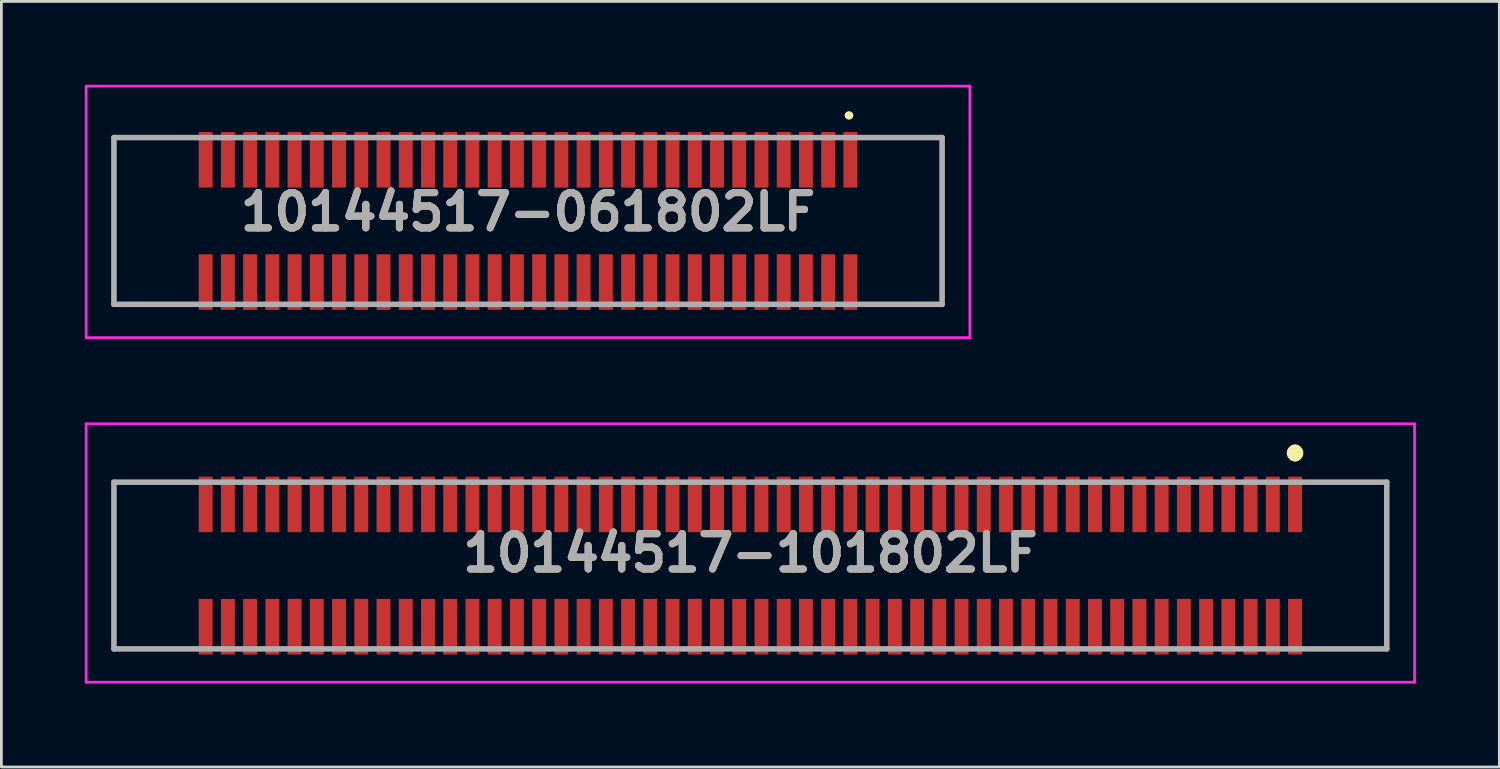
<source format=kicad_pcb>
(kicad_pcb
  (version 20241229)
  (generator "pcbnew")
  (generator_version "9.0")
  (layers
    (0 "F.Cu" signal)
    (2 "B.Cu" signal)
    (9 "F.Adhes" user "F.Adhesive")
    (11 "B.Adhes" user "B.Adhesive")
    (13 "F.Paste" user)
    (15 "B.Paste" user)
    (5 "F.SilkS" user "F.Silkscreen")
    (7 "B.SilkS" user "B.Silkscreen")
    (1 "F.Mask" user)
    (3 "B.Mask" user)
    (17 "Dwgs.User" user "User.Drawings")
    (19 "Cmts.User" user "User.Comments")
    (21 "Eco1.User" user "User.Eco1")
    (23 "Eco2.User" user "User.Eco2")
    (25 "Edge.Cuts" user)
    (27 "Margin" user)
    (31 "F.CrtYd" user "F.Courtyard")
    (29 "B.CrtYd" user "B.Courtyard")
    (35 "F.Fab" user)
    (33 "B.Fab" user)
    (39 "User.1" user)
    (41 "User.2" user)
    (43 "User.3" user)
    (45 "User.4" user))
  (footprint "10144517-061802LF"
    (layer "F.Cu")
    (at 15.95 4.9)
    (property "Reference" "10144517-061802LF" (at 0 -0.325 0) (layer "F.SilkS") (effects (font (size 1.27 1.27) (thickness 0.254))))
    (attr through_hole)
    (fp_line (start -14.9 -3) (end -14.9 -3) (stroke (width 0.1) (type solid)) (layer "F.SilkS"))
    (fp_line (start -14.9 -3) (end -14.9 3) (stroke (width 0.1) (type solid)) (layer "F.SilkS"))
    (fp_line (start -14.9 3) (end -14.9 -3) (stroke (width 0.1) (type solid)) (layer "F.SilkS"))
    (fp_line (start -14.9 3) (end -14.9 3) (stroke (width 0.1) (type solid)) (layer "F.SilkS"))
    (fp_line (start -14.9 3) (end -14.9 3) (stroke (width 0.1) (type solid)) (layer "F.SilkS"))
    (fp_line (start -14.9 3) (end -12.75 3) (stroke (width 0.1) (type solid)) (layer "F.SilkS"))
    (fp_line (start -14.75 -3) (end -14.75 -3) (stroke (width 0.1) (type solid)) (layer "F.SilkS"))
    (fp_line (start -14.75 -3) (end -12.5 -3) (stroke (width 0.1) (type solid)) (layer "F.SilkS"))
    (fp_line (start -12.75 3) (end -14.9 3) (stroke (width 0.1) (type solid)) (layer "F.SilkS"))
    (fp_line (start -12.75 3) (end -12.75 3) (stroke (width 0.1) (type solid)) (layer "F.SilkS"))
    (fp_line (start -12.5 -3) (end -14.75 -3) (stroke (width 0.1) (type solid)) (layer "F.SilkS"))
    (fp_line (start -12.5 -3) (end -12.5 -3) (stroke (width 0.1) (type solid)) (layer "F.SilkS"))
    (fp_line (start 11.5 -3.8) (end 11.5 -3.8) (stroke (width 0.2) (type solid)) (layer "F.SilkS"))
    (fp_line (start 11.5 -3.8) (end 11.5 -3.8) (stroke (width 0.2) (type solid)) (layer "F.SilkS"))
    (fp_line (start 11.6 -3.8) (end 11.6 -3.8) (stroke (width 0.2) (type solid)) (layer "F.SilkS"))
    (fp_line (start 12.75 -3) (end 12.75 -3) (stroke (width 0.1) (type solid)) (layer "F.SilkS"))
    (fp_line (start 12.75 -3) (end 14.75 -3) (stroke (width 0.1) (type solid)) (layer "F.SilkS"))
    (fp_line (start 12.75 3) (end 12.75 3) (stroke (width 0.1) (type solid)) (layer "F.SilkS"))
    (fp_line (start 12.75 3) (end 14.9 3) (stroke (width 0.1) (type solid)) (layer "F.SilkS"))
    (fp_line (start 14.75 -3) (end 12.75 -3) (stroke (width 0.1) (type solid)) (layer "F.SilkS"))
    (fp_line (start 14.75 -3) (end 14.75 -3) (stroke (width 0.1) (type solid)) (layer "F.SilkS"))
    (fp_line (start 14.9 -3) (end 14.9 -3) (stroke (width 0.1) (type solid)) (layer "F.SilkS"))
    (fp_line (start 14.9 -3) (end 14.9 3) (stroke (width 0.1) (type solid)) (layer "F.SilkS"))
    (fp_line (start 14.9 3) (end 12.75 3) (stroke (width 0.1) (type solid)) (layer "F.SilkS"))
    (fp_line (start 14.9 3) (end 14.9 -3) (stroke (width 0.1) (type solid)) (layer "F.SilkS"))
    (fp_line (start 14.9 3) (end 14.9 3) (stroke (width 0.1) (type solid)) (layer "F.SilkS"))
    (fp_line (start 14.9 3) (end 14.9 3) (stroke (width 0.1) (type solid)) (layer "F.SilkS"))
    (fp_arc (start 11.5 -3.8) (mid 11.55 -3.85) (end 11.6 -3.8) (stroke (width 0.2) (type solid)) (layer "F.SilkS"))
    (fp_arc (start 11.6 -3.8) (mid 11.55 -3.75) (end 11.5 -3.8) (stroke (width 0.2) (type solid)) (layer "F.SilkS"))
    (fp_arc (start 11.6 -3.8) (mid 11.55 -3.75) (end 11.5 -3.8) (stroke (width 0.2) (type solid)) (layer "F.SilkS"))
    (fp_line (start -15.9 -4.85) (end 15.9 -4.85) (stroke (width 0.1) (type solid)) (layer "F.CrtYd"))
    (fp_line (start -15.9 4.2) (end -15.9 -4.85) (stroke (width 0.1) (type solid)) (layer "F.CrtYd"))
    (fp_line (start 15.9 -4.85) (end 15.9 4.2) (stroke (width 0.1) (type solid)) (layer "F.CrtYd"))
    (fp_line (start 15.9 4.2) (end -15.9 4.2) (stroke (width 0.1) (type solid)) (layer "F.CrtYd"))
    (fp_line (start -14.9 -3) (end -14.9 3) (stroke (width 0.2) (type solid)) (layer "F.Fab"))
    (fp_line (start -14.9 3) (end 14.9 3) (stroke (width 0.2) (type solid)) (layer "F.Fab"))
    (fp_line (start 14.9 -3) (end -14.9 -3) (stroke (width 0.2) (type solid)) (layer "F.Fab"))
    (fp_line (start 14.9 3) (end 14.9 -3) (stroke (width 0.2) (type solid)) (layer "F.Fab"))
    (fp_text user "${REFERENCE}" (at 0 -0.325 0) (layer "F.Fab") (effects (font (size 1.27 1.27) (thickness 0.254))))
    (pad "" np_thru_hole circle (at -14.1 0) (size 0.001 0.001) (drill 0.83) (layers "*.Cu" "*.Mask"))
    (pad "" np_thru_hole circle (at 14.1 0) (size 0.001 0.001) (drill 1.23) (layers "*.Cu" "*.Mask"))
    (pad "1" smd rect (at 11.6 -2.2) (size 0.5 2) (layers "F.Cu" "F.Mask" "F.Paste"))
    (pad "2" smd rect (at 11.6 2.2) (size 0.5 2) (layers "F.Cu" "F.Mask" "F.Paste"))
    (pad "3" smd rect (at 10.8 -2.2) (size 0.5 2) (layers "F.Cu" "F.Mask" "F.Paste"))
    (pad "4" smd rect (at 10.8 2.2) (size 0.5 2) (layers "F.Cu" "F.Mask" "F.Paste"))
    (pad "5" smd rect (at 10 -2.2) (size 0.5 2) (layers "F.Cu" "F.Mask" "F.Paste"))
    (pad "6" smd rect (at 10 2.2) (size 0.5 2) (layers "F.Cu" "F.Mask" "F.Paste"))
    (pad "7" smd rect (at 9.2 -2.2) (size 0.5 2) (layers "F.Cu" "F.Mask" "F.Paste"))
    (pad "8" smd rect (at 9.2 2.2) (size 0.5 2) (layers "F.Cu" "F.Mask" "F.Paste"))
    (pad "9" smd rect (at 8.4 -2.2) (size 0.5 2) (layers "F.Cu" "F.Mask" "F.Paste"))
    (pad "10" smd rect (at 8.4 2.2) (size 0.5 2) (layers "F.Cu" "F.Mask" "F.Paste"))
    (pad "11" smd rect (at 7.6 -2.2) (size 0.5 2) (layers "F.Cu" "F.Mask" "F.Paste"))
    (pad "12" smd rect (at 7.6 2.2) (size 0.5 2) (layers "F.Cu" "F.Mask" "F.Paste"))
    (pad "13" smd rect (at 6.8 -2.2) (size 0.5 2) (layers "F.Cu" "F.Mask" "F.Paste"))
    (pad "14" smd rect (at 6.8 2.2) (size 0.5 2) (layers "F.Cu" "F.Mask" "F.Paste"))
    (pad "15" smd rect (at 6 -2.2) (size 0.5 2) (layers "F.Cu" "F.Mask" "F.Paste"))
    (pad "16" smd rect (at 6 2.2) (size 0.5 2) (layers "F.Cu" "F.Mask" "F.Paste"))
    (pad "17" smd rect (at 5.2 -2.2) (size 0.5 2) (layers "F.Cu" "F.Mask" "F.Paste"))
    (pad "18" smd rect (at 5.2 2.2) (size 0.5 2) (layers "F.Cu" "F.Mask" "F.Paste"))
    (pad "19" smd rect (at 4.4 -2.2) (size 0.5 2) (layers "F.Cu" "F.Mask" "F.Paste"))
    (pad "20" smd rect (at 4.4 2.2) (size 0.5 2) (layers "F.Cu" "F.Mask" "F.Paste"))
    (pad "21" smd rect (at 3.6 -2.2) (size 0.5 2) (layers "F.Cu" "F.Mask" "F.Paste"))
    (pad "22" smd rect (at 3.6 2.2) (size 0.5 2) (layers "F.Cu" "F.Mask" "F.Paste"))
    (pad "23" smd rect (at 2.8 -2.2) (size 0.5 2) (layers "F.Cu" "F.Mask" "F.Paste"))
    (pad "24" smd rect (at 2.8 2.2) (size 0.5 2) (layers "F.Cu" "F.Mask" "F.Paste"))
    (pad "25" smd rect (at 2 -2.2) (size 0.5 2) (layers "F.Cu" "F.Mask" "F.Paste"))
    (pad "26" smd rect (at 2 2.2) (size 0.5 2) (layers "F.Cu" "F.Mask" "F.Paste"))
    (pad "27" smd rect (at 1.2 -2.2) (size 0.5 2) (layers "F.Cu" "F.Mask" "F.Paste"))
    (pad "28" smd rect (at 1.2 2.2) (size 0.5 2) (layers "F.Cu" "F.Mask" "F.Paste"))
    (pad "29" smd rect (at 0.4 -2.2) (size 0.5 2) (layers "F.Cu" "F.Mask" "F.Paste"))
    (pad "30" smd rect (at 0.4 2.2) (size 0.5 2) (layers "F.Cu" "F.Mask" "F.Paste"))
    (pad "31" smd rect (at -0.4 -2.2) (size 0.5 2) (layers "F.Cu" "F.Mask" "F.Paste"))
    (pad "32" smd rect (at -0.4 2.2) (size 0.5 2) (layers "F.Cu" "F.Mask" "F.Paste"))
    (pad "33" smd rect (at -1.2 -2.2) (size 0.5 2) (layers "F.Cu" "F.Mask" "F.Paste"))
    (pad "34" smd rect (at -1.2 2.2) (size 0.5 2) (layers "F.Cu" "F.Mask" "F.Paste"))
    (pad "35" smd rect (at -2 -2.2) (size 0.5 2) (layers "F.Cu" "F.Mask" "F.Paste"))
    (pad "36" smd rect (at -2 2.2) (size 0.5 2) (layers "F.Cu" "F.Mask" "F.Paste"))
    (pad "37" smd rect (at -2.8 -2.2) (size 0.5 2) (layers "F.Cu" "F.Mask" "F.Paste"))
    (pad "38" smd rect (at -2.8 2.2) (size 0.5 2) (layers "F.Cu" "F.Mask" "F.Paste"))
    (pad "39" smd rect (at -3.6 -2.2) (size 0.5 2) (layers "F.Cu" "F.Mask" "F.Paste"))
    (pad "40" smd rect (at -3.6 2.2) (size 0.5 2) (layers "F.Cu" "F.Mask" "F.Paste"))
    (pad "41" smd rect (at -4.4 -2.2) (size 0.5 2) (layers "F.Cu" "F.Mask" "F.Paste"))
    (pad "42" smd rect (at -4.4 2.2) (size 0.5 2) (layers "F.Cu" "F.Mask" "F.Paste"))
    (pad "43" smd rect (at -5.2 -2.2) (size 0.5 2) (layers "F.Cu" "F.Mask" "F.Paste"))
    (pad "44" smd rect (at -5.2 2.2) (size 0.5 2) (layers "F.Cu" "F.Mask" "F.Paste"))
    (pad "45" smd rect (at -6 -2.2) (size 0.5 2) (layers "F.Cu" "F.Mask" "F.Paste"))
    (pad "46" smd rect (at -6 2.2) (size 0.5 2) (layers "F.Cu" "F.Mask" "F.Paste"))
    (pad "47" smd rect (at -6.8 -2.2) (size 0.5 2) (layers "F.Cu" "F.Mask" "F.Paste"))
    (pad "48" smd rect (at -6.8 2.2) (size 0.5 2) (layers "F.Cu" "F.Mask" "F.Paste"))
    (pad "49" smd rect (at -7.6 -2.2) (size 0.5 2) (layers "F.Cu" "F.Mask" "F.Paste"))
    (pad "50" smd rect (at -7.6 2.2) (size 0.5 2) (layers "F.Cu" "F.Mask" "F.Paste"))
    (pad "51" smd rect (at -8.4 -2.2) (size 0.5 2) (layers "F.Cu" "F.Mask" "F.Paste"))
    (pad "52" smd rect (at -8.4 2.2) (size 0.5 2) (layers "F.Cu" "F.Mask" "F.Paste"))
    (pad "53" smd rect (at -9.2 -2.2) (size 0.5 2) (layers "F.Cu" "F.Mask" "F.Paste"))
    (pad "54" smd rect (at -9.2 2.2) (size 0.5 2) (layers "F.Cu" "F.Mask" "F.Paste"))
    (pad "55" smd rect (at -10 -2.2) (size 0.5 2) (layers "F.Cu" "F.Mask" "F.Paste"))
    (pad "56" smd rect (at -10 2.2) (size 0.5 2) (layers "F.Cu" "F.Mask" "F.Paste"))
    (pad "57" smd rect (at -10.8 -2.2) (size 0.5 2) (layers "F.Cu" "F.Mask" "F.Paste"))
    (pad "58" smd rect (at -10.8 2.2) (size 0.5 2) (layers "F.Cu" "F.Mask" "F.Paste"))
    (pad "59" smd rect (at -11.6 -2.2) (size 0.5 2) (layers "F.Cu" "F.Mask" "F.Paste"))
    (pad "60" smd rect (at -11.6 2.2) (size 0.5 2) (layers "F.Cu" "F.Mask" "F.Paste")))
  (footprint "10144517-101802LF"
    (layer "F.Cu")
    (at 23.95 17.3)
    (property "Reference" "10144517-101802LF" (at 0 -0.45 0) (layer "F.SilkS") (effects (font (size 1.27 1.27) (thickness 0.254))))
    (attr through_hole)
    (fp_line (start -22.9 -3) (end -22.9 3) (stroke (width 0.1) (type solid)) (layer "F.SilkS"))
    (fp_line (start -22.9 3) (end -20.1 3) (stroke (width 0.1) (type solid)) (layer "F.SilkS"))
    (fp_line (start -20.1 -3) (end -22.9 -3) (stroke (width 0.1) (type solid)) (layer "F.SilkS"))
    (fp_line (start 19.6 -4.1) (end 19.6 -4.1) (stroke (width 0.5) (type solid)) (layer "F.SilkS"))
    (fp_line (start 19.6 -4) (end 19.6 -4) (stroke (width 0.5) (type solid)) (layer "F.SilkS"))
    (fp_line (start 20.1 -3) (end 22.9 -3) (stroke (width 0.1) (type solid)) (layer "F.SilkS"))
    (fp_line (start 22.9 -3) (end 22.9 3) (stroke (width 0.1) (type solid)) (layer "F.SilkS"))
    (fp_line (start 22.9 3) (end 20.1 3) (stroke (width 0.1) (type solid)) (layer "F.SilkS"))
    (fp_arc (start 19.6 -4.1) (mid 19.65 -4.05) (end 19.6 -4) (stroke (width 0.5) (type solid)) (layer "F.SilkS"))
    (fp_arc (start 19.6 -4) (mid 19.55 -4.05) (end 19.6 -4.1) (stroke (width 0.5) (type solid)) (layer "F.SilkS"))
    (fp_line (start -23.9 -5.1) (end 23.9 -5.1) (stroke (width 0.1) (type solid)) (layer "F.CrtYd"))
    (fp_line (start -23.9 4.2) (end -23.9 -5.1) (stroke (width 0.1) (type solid)) (layer "F.CrtYd"))
    (fp_line (start 23.9 -5.1) (end 23.9 4.2) (stroke (width 0.1) (type solid)) (layer "F.CrtYd"))
    (fp_line (start 23.9 4.2) (end -23.9 4.2) (stroke (width 0.1) (type solid)) (layer "F.CrtYd"))
    (fp_line (start -22.9 -3) (end 22.9 -3) (stroke (width 0.2) (type solid)) (layer "F.Fab"))
    (fp_line (start -22.9 3) (end -22.9 -3) (stroke (width 0.2) (type solid)) (layer "F.Fab"))
    (fp_line (start 22.9 -3) (end 22.9 3) (stroke (width 0.2) (type solid)) (layer "F.Fab"))
    (fp_line (start 22.9 3) (end -22.9 3) (stroke (width 0.2) (type solid)) (layer "F.Fab"))
    (fp_text user "${REFERENCE}" (at 0 -0.45 0) (layer "F.Fab") (effects (font (size 1.27 1.27) (thickness 0.254))))
    (pad "" np_thru_hole circle (at -22.1 0) (size 0.001 0.001) (drill 0.83) (layers "*.Cu" "*.Mask"))
    (pad "" np_thru_hole circle (at 22.1 0) (size 0.001 0.001) (drill 1.23) (layers "*.Cu" "*.Mask"))
    (pad "1" smd rect (at 19.6 -2.2) (size 0.5 2) (layers "F.Cu" "F.Mask" "F.Paste"))
    (pad "2" smd rect (at 19.6 2.2) (size 0.5 2) (layers "F.Cu" "F.Mask" "F.Paste"))
    (pad "3" smd rect (at 18.8 -2.2) (size 0.5 2) (layers "F.Cu" "F.Mask" "F.Paste"))
    (pad "4" smd rect (at 18.8 2.2) (size 0.5 2) (layers "F.Cu" "F.Mask" "F.Paste"))
    (pad "5" smd rect (at 18 -2.2) (size 0.5 2) (layers "F.Cu" "F.Mask" "F.Paste"))
    (pad "6" smd rect (at 18 2.2) (size 0.5 2) (layers "F.Cu" "F.Mask" "F.Paste"))
    (pad "7" smd rect (at 17.2 -2.2) (size 0.5 2) (layers "F.Cu" "F.Mask" "F.Paste"))
    (pad "8" smd rect (at 17.2 2.2) (size 0.5 2) (layers "F.Cu" "F.Mask" "F.Paste"))
    (pad "9" smd rect (at 16.4 -2.2) (size 0.5 2) (layers "F.Cu" "F.Mask" "F.Paste"))
    (pad "10" smd rect (at 16.4 2.2) (size 0.5 2) (layers "F.Cu" "F.Mask" "F.Paste"))
    (pad "11" smd rect (at 15.6 -2.2) (size 0.5 2) (layers "F.Cu" "F.Mask" "F.Paste"))
    (pad "12" smd rect (at 15.6 2.2) (size 0.5 2) (layers "F.Cu" "F.Mask" "F.Paste"))
    (pad "13" smd rect (at 14.8 -2.2) (size 0.5 2) (layers "F.Cu" "F.Mask" "F.Paste"))
    (pad "14" smd rect (at 14.8 2.2) (size 0.5 2) (layers "F.Cu" "F.Mask" "F.Paste"))
    (pad "15" smd rect (at 14 -2.2) (size 0.5 2) (layers "F.Cu" "F.Mask" "F.Paste"))
    (pad "16" smd rect (at 14 2.2) (size 0.5 2) (layers "F.Cu" "F.Mask" "F.Paste"))
    (pad "17" smd rect (at 13.2 -2.2) (size 0.5 2) (layers "F.Cu" "F.Mask" "F.Paste"))
    (pad "18" smd rect (at 13.2 2.2) (size 0.5 2) (layers "F.Cu" "F.Mask" "F.Paste"))
    (pad "19" smd rect (at 12.4 -2.2) (size 0.5 2) (layers "F.Cu" "F.Mask" "F.Paste"))
    (pad "20" smd rect (at 12.4 2.2) (size 0.5 2) (layers "F.Cu" "F.Mask" "F.Paste"))
    (pad "21" smd rect (at 11.6 -2.2) (size 0.5 2) (layers "F.Cu" "F.Mask" "F.Paste"))
    (pad "22" smd rect (at 11.6 2.2) (size 0.5 2) (layers "F.Cu" "F.Mask" "F.Paste"))
    (pad "23" smd rect (at 10.8 -2.2) (size 0.5 2) (layers "F.Cu" "F.Mask" "F.Paste"))
    (pad "24" smd rect (at 10.8 2.2) (size 0.5 2) (layers "F.Cu" "F.Mask" "F.Paste"))
    (pad "25" smd rect (at 10 -2.2) (size 0.5 2) (layers "F.Cu" "F.Mask" "F.Paste"))
    (pad "26" smd rect (at 10 2.2) (size 0.5 2) (layers "F.Cu" "F.Mask" "F.Paste"))
    (pad "27" smd rect (at 9.2 -2.2) (size 0.5 2) (layers "F.Cu" "F.Mask" "F.Paste"))
    (pad "28" smd rect (at 9.2 2.2) (size 0.5 2) (layers "F.Cu" "F.Mask" "F.Paste"))
    (pad "29" smd rect (at 8.4 -2.2) (size 0.5 2) (layers "F.Cu" "F.Mask" "F.Paste"))
    (pad "30" smd rect (at 8.4 2.2) (size 0.5 2) (layers "F.Cu" "F.Mask" "F.Paste"))
    (pad "31" smd rect (at 7.6 -2.2) (size 0.5 2) (layers "F.Cu" "F.Mask" "F.Paste"))
    (pad "32" smd rect (at 7.6 2.2) (size 0.5 2) (layers "F.Cu" "F.Mask" "F.Paste"))
    (pad "33" smd rect (at 6.8 -2.2) (size 0.5 2) (layers "F.Cu" "F.Mask" "F.Paste"))
    (pad "34" smd rect (at 6.8 2.2) (size 0.5 2) (layers "F.Cu" "F.Mask" "F.Paste"))
    (pad "35" smd rect (at 6 -2.2) (size 0.5 2) (layers "F.Cu" "F.Mask" "F.Paste"))
    (pad "36" smd rect (at 6 2.2) (size 0.5 2) (layers "F.Cu" "F.Mask" "F.Paste"))
    (pad "37" smd rect (at 5.2 -2.2) (size 0.5 2) (layers "F.Cu" "F.Mask" "F.Paste"))
    (pad "38" smd rect (at 5.2 2.2) (size 0.5 2) (layers "F.Cu" "F.Mask" "F.Paste"))
    (pad "39" smd rect (at 4.4 -2.2) (size 0.5 2) (layers "F.Cu" "F.Mask" "F.Paste"))
    (pad "40" smd rect (at 4.4 2.2) (size 0.5 2) (layers "F.Cu" "F.Mask" "F.Paste"))
    (pad "41" smd rect (at 3.6 -2.2) (size 0.5 2) (layers "F.Cu" "F.Mask" "F.Paste"))
    (pad "42" smd rect (at 3.6 2.2) (size 0.5 2) (layers "F.Cu" "F.Mask" "F.Paste"))
    (pad "43" smd rect (at 2.8 -2.2) (size 0.5 2) (layers "F.Cu" "F.Mask" "F.Paste"))
    (pad "44" smd rect (at 2.8 2.2) (size 0.5 2) (layers "F.Cu" "F.Mask" "F.Paste"))
    (pad "45" smd rect (at 2 -2.2) (size 0.5 2) (layers "F.Cu" "F.Mask" "F.Paste"))
    (pad "46" smd rect (at 2 2.2) (size 0.5 2) (layers "F.Cu" "F.Mask" "F.Paste"))
    (pad "47" smd rect (at 1.2 -2.2) (size 0.5 2) (layers "F.Cu" "F.Mask" "F.Paste"))
    (pad "48" smd rect (at 1.2 2.2) (size 0.5 2) (layers "F.Cu" "F.Mask" "F.Paste"))
    (pad "49" smd rect (at 0.4 -2.2) (size 0.5 2) (layers "F.Cu" "F.Mask" "F.Paste"))
    (pad "50" smd rect (at 0.4 2.2) (size 0.5 2) (layers "F.Cu" "F.Mask" "F.Paste"))
    (pad "51" smd rect (at -0.4 -2.2) (size 0.5 2) (layers "F.Cu" "F.Mask" "F.Paste"))
    (pad "52" smd rect (at -0.4 2.2) (size 0.5 2) (layers "F.Cu" "F.Mask" "F.Paste"))
    (pad "53" smd rect (at -1.2 -2.2) (size 0.5 2) (layers "F.Cu" "F.Mask" "F.Paste"))
    (pad "54" smd rect (at -1.2 2.2) (size 0.5 2) (layers "F.Cu" "F.Mask" "F.Paste"))
    (pad "55" smd rect (at -2 -2.2) (size 0.5 2) (layers "F.Cu" "F.Mask" "F.Paste"))
    (pad "56" smd rect (at -2 2.2) (size 0.5 2) (layers "F.Cu" "F.Mask" "F.Paste"))
    (pad "57" smd rect (at -2.8 -2.2) (size 0.5 2) (layers "F.Cu" "F.Mask" "F.Paste"))
    (pad "58" smd rect (at -2.8 2.2) (size 0.5 2) (layers "F.Cu" "F.Mask" "F.Paste"))
    (pad "59" smd rect (at -3.6 -2.2) (size 0.5 2) (layers "F.Cu" "F.Mask" "F.Paste"))
    (pad "60" smd rect (at -3.6 2.2) (size 0.5 2) (layers "F.Cu" "F.Mask" "F.Paste"))
    (pad "61" smd rect (at -4.4 -2.2) (size 0.5 2) (layers "F.Cu" "F.Mask" "F.Paste"))
    (pad "62" smd rect (at -4.4 2.2) (size 0.5 2) (layers "F.Cu" "F.Mask" "F.Paste"))
    (pad "63" smd rect (at -5.2 -2.2) (size 0.5 2) (layers "F.Cu" "F.Mask" "F.Paste"))
    (pad "64" smd rect (at -5.2 2.2) (size 0.5 2) (layers "F.Cu" "F.Mask" "F.Paste"))
    (pad "65" smd rect (at -6 -2.2) (size 0.5 2) (layers "F.Cu" "F.Mask" "F.Paste"))
    (pad "66" smd rect (at -6 2.2) (size 0.5 2) (layers "F.Cu" "F.Mask" "F.Paste"))
    (pad "67" smd rect (at -6.8 -2.2) (size 0.5 2) (layers "F.Cu" "F.Mask" "F.Paste"))
    (pad "68" smd rect (at -6.8 2.2) (size 0.5 2) (layers "F.Cu" "F.Mask" "F.Paste"))
    (pad "69" smd rect (at -7.6 -2.2) (size 0.5 2) (layers "F.Cu" "F.Mask" "F.Paste"))
    (pad "70" smd rect (at -7.6 2.2) (size 0.5 2) (layers "F.Cu" "F.Mask" "F.Paste"))
    (pad "71" smd rect (at -8.4 -2.2) (size 0.5 2) (layers "F.Cu" "F.Mask" "F.Paste"))
    (pad "72" smd rect (at -8.4 2.2) (size 0.5 2) (layers "F.Cu" "F.Mask" "F.Paste"))
    (pad "73" smd rect (at -9.2 -2.2) (size 0.5 2) (layers "F.Cu" "F.Mask" "F.Paste"))
    (pad "74" smd rect (at -9.2 2.2) (size 0.5 2) (layers "F.Cu" "F.Mask" "F.Paste"))
    (pad "75" smd rect (at -10 -2.2) (size 0.5 2) (layers "F.Cu" "F.Mask" "F.Paste"))
    (pad "76" smd rect (at -10 2.2) (size 0.5 2) (layers "F.Cu" "F.Mask" "F.Paste"))
    (pad "77" smd rect (at -10.8 -2.2) (size 0.5 2) (layers "F.Cu" "F.Mask" "F.Paste"))
    (pad "78" smd rect (at -10.8 2.2) (size 0.5 2) (layers "F.Cu" "F.Mask" "F.Paste"))
    (pad "79" smd rect (at -11.6 -2.2) (size 0.5 2) (layers "F.Cu" "F.Mask" "F.Paste"))
    (pad "80" smd rect (at -11.6 2.2) (size 0.5 2) (layers "F.Cu" "F.Mask" "F.Paste"))
    (pad "81" smd rect (at -12.4 -2.2) (size 0.5 2) (layers "F.Cu" "F.Mask" "F.Paste"))
    (pad "82" smd rect (at -12.4 2.2) (size 0.5 2) (layers "F.Cu" "F.Mask" "F.Paste"))
    (pad "83" smd rect (at -13.2 -2.2) (size 0.5 2) (layers "F.Cu" "F.Mask" "F.Paste"))
    (pad "84" smd rect (at -13.2 2.2) (size 0.5 2) (layers "F.Cu" "F.Mask" "F.Paste"))
    (pad "85" smd rect (at -14 -2.2) (size 0.5 2) (layers "F.Cu" "F.Mask" "F.Paste"))
    (pad "86" smd rect (at -14 2.2) (size 0.5 2) (layers "F.Cu" "F.Mask" "F.Paste"))
    (pad "87" smd rect (at -14.8 -2.2) (size 0.5 2) (layers "F.Cu" "F.Mask" "F.Paste"))
    (pad "88" smd rect (at -14.8 2.2) (size 0.5 2) (layers "F.Cu" "F.Mask" "F.Paste"))
    (pad "89" smd rect (at -15.6 -2.2) (size 0.5 2) (layers "F.Cu" "F.Mask" "F.Paste"))
    (pad "90" smd rect (at -15.6 2.2) (size 0.5 2) (layers "F.Cu" "F.Mask" "F.Paste"))
    (pad "91" smd rect (at -16.4 -2.2) (size 0.5 2) (layers "F.Cu" "F.Mask" "F.Paste"))
    (pad "92" smd rect (at -16.4 2.2) (size 0.5 2) (layers "F.Cu" "F.Mask" "F.Paste"))
    (pad "93" smd rect (at -17.2 -2.2) (size 0.5 2) (layers "F.Cu" "F.Mask" "F.Paste"))
    (pad "94" smd rect (at -17.2 2.2) (size 0.5 2) (layers "F.Cu" "F.Mask" "F.Paste"))
    (pad "95" smd rect (at -18 -2.2) (size 0.5 2) (layers "F.Cu" "F.Mask" "F.Paste"))
    (pad "96" smd rect (at -18 2.2) (size 0.5 2) (layers "F.Cu" "F.Mask" "F.Paste"))
    (pad "97" smd rect (at -18.8 -2.2) (size 0.5 2) (layers "F.Cu" "F.Mask" "F.Paste"))
    (pad "98" smd rect (at -18.8 2.2) (size 0.5 2) (layers "F.Cu" "F.Mask" "F.Paste"))
    (pad "99" smd rect (at -19.6 -2.2) (size 0.5 2) (layers "F.Cu" "F.Mask" "F.Paste"))
    (pad "100" smd rect (at -19.6 2.2) (size 0.5 2) (layers "F.Cu" "F.Mask" "F.Paste")))
  (gr_rect
    (start -3 -3)
    (end 50.9 24.55)
    (stroke (width 0.1) (type default))
    (fill no)
    (layer "Edge.Cuts")))
</source>
